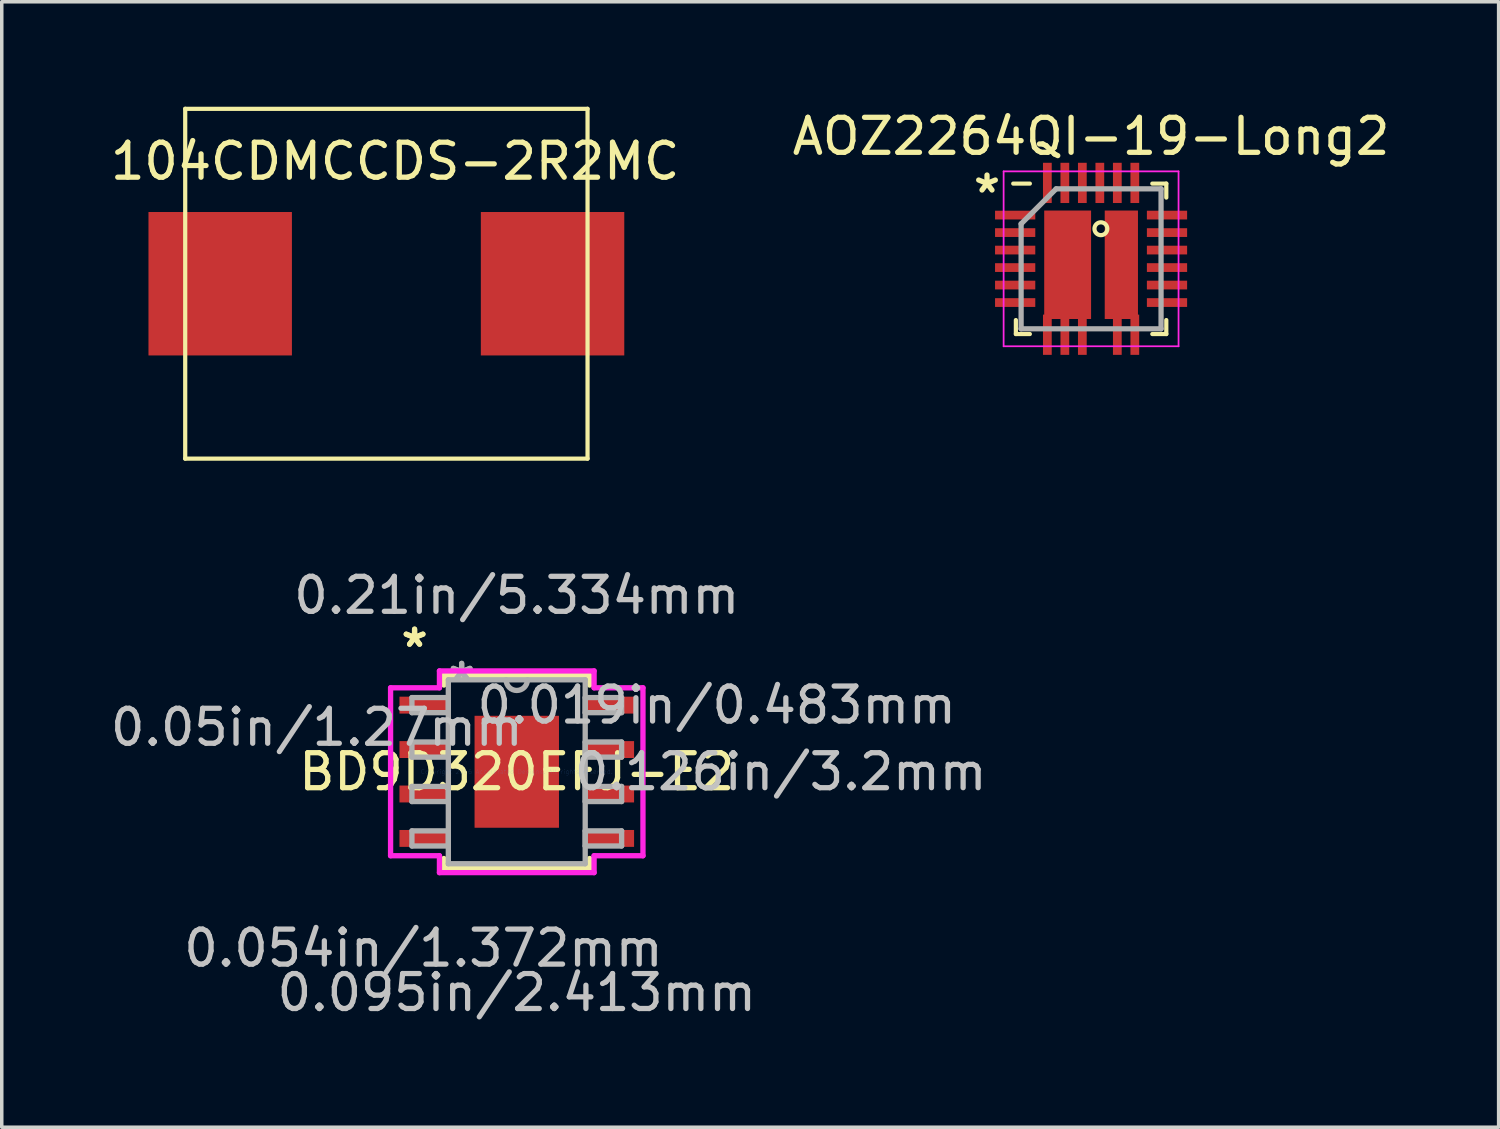
<source format=kicad_pcb>
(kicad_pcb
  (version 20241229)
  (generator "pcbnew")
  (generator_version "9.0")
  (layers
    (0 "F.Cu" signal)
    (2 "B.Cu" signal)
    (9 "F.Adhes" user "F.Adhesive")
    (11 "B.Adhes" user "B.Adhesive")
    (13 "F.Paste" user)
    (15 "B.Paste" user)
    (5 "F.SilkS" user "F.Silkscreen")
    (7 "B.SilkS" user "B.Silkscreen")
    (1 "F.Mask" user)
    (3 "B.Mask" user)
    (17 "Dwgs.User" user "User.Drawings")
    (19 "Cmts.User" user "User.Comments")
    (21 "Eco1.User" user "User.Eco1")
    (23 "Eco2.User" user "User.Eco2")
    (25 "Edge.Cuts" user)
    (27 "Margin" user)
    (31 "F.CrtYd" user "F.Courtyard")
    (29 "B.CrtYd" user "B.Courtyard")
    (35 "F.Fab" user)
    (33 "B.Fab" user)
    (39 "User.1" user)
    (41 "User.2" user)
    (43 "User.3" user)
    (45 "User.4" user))
  (footprint "104CDMCCDS-2R2MC"
    (layer "F.Cu")
    (at 7.994 5.06)
    (property "Reference" "104CDMCCDS-2R2MC" (at 0.25 -3.5 0) (layer "F.SilkS") (effects (font (size 1 1) (thickness 0.15))))
    (attr through_hole)
    (fp_line (start -5.75 -5) (end 5.75 -5) (stroke (width 0.12) (type solid)) (layer "F.SilkS"))
    (fp_line (start -5.75 5) (end -5.75 -5) (stroke (width 0.12) (type solid)) (layer "F.SilkS"))
    (fp_line (start 5.75 -5) (end 5.75 5) (stroke (width 0.12) (type solid)) (layer "F.SilkS"))
    (fp_line (start 5.75 5) (end -5.75 5) (stroke (width 0.12) (type solid)) (layer "F.SilkS"))
    (pad "1" smd rect (at -4.75 0) (size 4.1 4.1) (layers "F.Cu" "F.Mask" "F.Paste"))
    (pad "2" smd rect (at 4.75 0) (size 4.1 4.1) (layers "F.Cu" "F.Mask" "F.Paste")))
  (footprint "AOZ2264QI-19-Long2"
    (layer "F.Cu")
    (at 28.137 4.348)
    (property "Reference" "AOZ2264QI-19-Long2" (at 0 -3.5 0) (layer "F.SilkS") (effects (font (size 1 1) (thickness 0.15))))
    (attr smd)
    (fp_poly (pts (xy 0 1.72) (xy -1.34 1.72) (xy -1.34 -1.38) (xy 0 -1.38)) (stroke (width 0) (type solid)) (fill yes) (layer "F.Cu"))
    (fp_poly (pts (xy 1.34 1.72) (xy 0.39 1.72) (xy 0.39 -1.38) (xy 1.34 -1.38)) (stroke (width 0) (type solid)) (fill yes) (layer "F.Cu"))
    (fp_poly (pts (xy 0.01 1.72) (xy -1.33 1.72) (xy -1.33 -1.38) (xy 0.01 -1.38)) (stroke (width 0) (type solid)) (fill yes) (layer "F.Mask"))
    (fp_poly (pts (xy 1.3 1.72) (xy 0.39 1.72) (xy 0.39 -1.38) (xy 1.3 -1.38)) (stroke (width 0) (type solid)) (fill yes) (layer "F.Mask"))
    (fp_line (start -2.15 2.15) (end -2.15 1.75) (stroke (width 0.12) (type solid)) (layer "F.SilkS"))
    (fp_line (start -1.75 -2.15) (end -2.225 -2.15) (stroke (width 0.12) (type solid)) (layer "F.SilkS"))
    (fp_line (start -1.75 2.15) (end -2.15 2.15) (stroke (width 0.12) (type solid)) (layer "F.SilkS"))
    (fp_line (start 1.75 -2.15) (end 2.15 -2.15) (stroke (width 0.12) (type solid)) (layer "F.SilkS"))
    (fp_line (start 1.75 2.15) (end 2.15 2.15) (stroke (width 0.12) (type solid)) (layer "F.SilkS"))
    (fp_line (start 2.15 -2.15) (end 2.15 -1.75) (stroke (width 0.12) (type solid)) (layer "F.SilkS"))
    (fp_line (start 2.15 2.15) (end 2.15 1.75) (stroke (width 0.12) (type solid)) (layer "F.SilkS"))
    (fp_circle (center 0.28 -0.86) (end 0.11 -0.93) (stroke (width 0.12) (type solid)) (fill no) (layer "F.SilkS"))
    (fp_poly (pts (xy -0.56 -0.48) (xy -0.81 -0.48) (xy -0.81 -0.73) (xy -0.56 -0.73)) (stroke (width 0) (type solid)) (fill yes) (layer "F.Paste"))
    (fp_poly (pts (xy -0.56 0.02) (xy -0.81 0.02) (xy -0.81 -0.23) (xy -0.56 -0.23)) (stroke (width 0) (type solid)) (fill yes) (layer "F.Paste"))
    (fp_poly (pts (xy -0.56 0.52) (xy -0.81 0.52) (xy -0.81 0.27) (xy -0.56 0.27)) (stroke (width 0) (type solid)) (fill yes) (layer "F.Paste"))
    (fp_poly (pts (xy -0.56 1.02) (xy -0.81 1.02) (xy -0.81 0.77) (xy -0.56 0.77)) (stroke (width 0) (type solid)) (fill yes) (layer "F.Paste"))
    (fp_poly (pts (xy 0.98 -0.48) (xy 0.73 -0.48) (xy 0.73 -0.73) (xy 0.98 -0.73)) (stroke (width 0) (type solid)) (fill yes) (layer "F.Paste"))
    (fp_poly (pts (xy 0.98 0.02) (xy 0.73 0.02) (xy 0.73 -0.23) (xy 0.98 -0.23)) (stroke (width 0) (type solid)) (fill yes) (layer "F.Paste"))
    (fp_poly (pts (xy 0.98 0.52) (xy 0.73 0.52) (xy 0.73 0.27) (xy 0.98 0.27)) (stroke (width 0) (type solid)) (fill yes) (layer "F.Paste"))
    (fp_poly (pts (xy 0.98 1.02) (xy 0.73 1.02) (xy 0.73 0.77) (xy 0.98 0.77)) (stroke (width 0) (type solid)) (fill yes) (layer "F.Paste"))
    (fp_line (start -2.5 -2.5) (end 2.5 -2.5) (stroke (width 0.05) (type solid)) (layer "F.CrtYd"))
    (fp_line (start -2.5 2.5) (end -2.5 -2.5) (stroke (width 0.05) (type solid)) (layer "F.CrtYd"))
    (fp_line (start 2.5 -2.5) (end 2.5 2.5) (stroke (width 0.05) (type solid)) (layer "F.CrtYd"))
    (fp_line (start 2.5 2.5) (end -2.5 2.5) (stroke (width 0.05) (type solid)) (layer "F.CrtYd"))
    (fp_line (start -2 -1) (end -2 2) (stroke (width 0.15) (type solid)) (layer "F.Fab"))
    (fp_line (start -2 2) (end 2 2) (stroke (width 0.15) (type solid)) (layer "F.Fab"))
    (fp_line (start -1 -2) (end -2 -1) (stroke (width 0.15) (type solid)) (layer "F.Fab"))
    (fp_line (start 2 -2) (end -1 -2) (stroke (width 0.15) (type solid)) (layer "F.Fab"))
    (fp_line (start 2 2) (end 2 -2) (stroke (width 0.15) (type solid)) (layer "F.Fab"))
    (fp_text user "*" (at -2.975 -1.85 0) (layer "F.SilkS") (effects (font (size 1 1) (thickness 0.15))))
    (pad "1" smd rect (at -2.17 -1.25 90) (size 0.25 1.15) (layers "F.Cu" "F.Mask" "F.Paste"))
    (pad "2" smd rect (at -2.17 -0.75 90) (size 0.25 1.15) (layers "F.Cu" "F.Mask" "F.Paste"))
    (pad "3" smd rect (at -2.17 -0.25 90) (size 0.25 1.15) (layers "F.Cu" "F.Mask" "F.Paste"))
    (pad "4" smd rect (at -2.17 0.25 90) (size 0.25 1.15) (layers "F.Cu" "F.Mask" "F.Paste"))
    (pad "5" smd rect (at -2.17 0.75 90) (size 0.25 1.15) (layers "F.Cu" "F.Mask" "F.Paste"))
    (pad "6" smd rect (at -2.17 1.25 90) (size 0.25 1.15) (layers "F.Cu" "F.Mask" "F.Paste"))
    (pad "7" smd rect (at -1.25 2.17) (size 0.25 1.15) (layers "F.Cu" "F.Mask" "F.Paste"))
    (pad "8" smd rect (at -0.75 2.17) (size 0.25 1.15) (layers "F.Cu" "F.Mask" "F.Paste"))
    (pad "9" smd rect (at -0.25 2.17) (size 0.25 1.15) (layers "F.Cu" "F.Mask" "F.Paste"))
    (pad "10" smd rect (at 0.75 2.17) (size 0.25 1.15) (layers "F.Cu" "F.Mask" "F.Paste"))
    (pad "11" smd rect (at 1.25 2.17) (size 0.25 1.15) (layers "F.Cu" "F.Mask" "F.Paste"))
    (pad "12" smd rect (at 2.17 1.25 90) (size 0.25 1.15) (layers "F.Cu" "F.Mask" "F.Paste"))
    (pad "13" smd rect (at 2.17 0.75 90) (size 0.25 1.15) (layers "F.Cu" "F.Mask" "F.Paste"))
    (pad "14" smd rect (at 2.17 0.25 90) (size 0.25 1.15) (layers "F.Cu" "F.Mask" "F.Paste"))
    (pad "15" smd rect (at 2.17 -0.25 90) (size 0.25 1.15) (layers "F.Cu" "F.Mask" "F.Paste"))
    (pad "16" smd rect (at 2.17 -0.75 90) (size 0.25 1.15) (layers "F.Cu" "F.Mask" "F.Paste"))
    (pad "17" smd rect (at 2.17 -1.25 90) (size 0.25 1.15) (layers "F.Cu" "F.Mask" "F.Paste"))
    (pad "18" smd rect (at 1.25 -2.17) (size 0.25 1.15) (layers "F.Cu" "F.Mask" "F.Paste"))
    (pad "19" smd rect (at 0.75 -2.17) (size 0.25 1.15) (layers "F.Cu" "F.Mask" "F.Paste"))
    (pad "20" smd rect (at 0.25 -2.17) (size 0.25 1.15) (layers "F.Cu" "F.Mask" "F.Paste"))
    (pad "21" smd rect (at -0.25 -2.17) (size 0.25 1.15) (layers "F.Cu" "F.Mask" "F.Paste"))
    (pad "22" smd rect (at -0.75 -2.17) (size 0.25 1.15) (layers "F.Cu" "F.Mask" "F.Paste"))
    (pad "23" smd rect (at -1.25 -2.17) (size 0.25 1.15) (layers "F.Cu" "F.Mask" "F.Paste")))
  (footprint "BD9D320EFJ-E2"
    (layer "F.Cu")
    (at 11.721 19.01)
    (property "Reference" "BD9D320EFJ-E2" (at 0 0 0) (layer "F.SilkS") (effects (font (size 1 1) (thickness 0.15))))
    (attr through_hole)
    (fp_line (start -2.083 -2.756) (end -2.083 -2.479) (stroke (width 0.152) (type solid)) (layer "F.SilkS"))
    (fp_line (start -2.083 2.479) (end -2.083 2.756) (stroke (width 0.152) (type solid)) (layer "F.SilkS"))
    (fp_line (start -2.083 2.756) (end 2.083 2.756) (stroke (width 0.152) (type solid)) (layer "F.SilkS"))
    (fp_line (start 2.083 -2.756) (end -2.083 -2.756) (stroke (width 0.152) (type solid)) (layer "F.SilkS"))
    (fp_line (start 2.083 -2.479) (end 2.083 -2.756) (stroke (width 0.152) (type solid)) (layer "F.SilkS"))
    (fp_line (start 2.083 2.756) (end 2.083 2.479) (stroke (width 0.152) (type solid)) (layer "F.SilkS"))
    (fp_line (start -1.107 -1.5) (end -1.107 -0.1) (stroke (width 0.152) (type solid)) (layer "F.Paste"))
    (fp_line (start -1.107 -0.1) (end 1.107 -0.1) (stroke (width 0.152) (type solid)) (layer "F.Paste"))
    (fp_line (start -1.107 0.1) (end -1.107 1.5) (stroke (width 0.152) (type solid)) (layer "F.Paste"))
    (fp_line (start -1.107 1.5) (end 1.107 1.5) (stroke (width 0.152) (type solid)) (layer "F.Paste"))
    (fp_line (start 1.107 -1.5) (end -1.107 -1.5) (stroke (width 0.152) (type solid)) (layer "F.Paste"))
    (fp_line (start 1.107 -0.1) (end 1.107 -1.5) (stroke (width 0.152) (type solid)) (layer "F.Paste"))
    (fp_line (start 1.107 0.1) (end -1.107 0.1) (stroke (width 0.152) (type solid)) (layer "F.Paste"))
    (fp_line (start 1.107 1.5) (end 1.107 0.1) (stroke (width 0.152) (type solid)) (layer "F.Paste"))
    (fp_line (start -3.607 -2.4) (end -2.21 -2.4) (stroke (width 0.152) (type solid)) (layer "F.CrtYd"))
    (fp_line (start -3.607 2.4) (end -3.607 -2.4) (stroke (width 0.152) (type solid)) (layer "F.CrtYd"))
    (fp_line (start -2.21 -2.883) (end 2.21 -2.883) (stroke (width 0.152) (type solid)) (layer "F.CrtYd"))
    (fp_line (start -2.21 -2.4) (end -2.21 -2.883) (stroke (width 0.152) (type solid)) (layer "F.CrtYd"))
    (fp_line (start -2.21 2.4) (end -3.607 2.4) (stroke (width 0.152) (type solid)) (layer "F.CrtYd"))
    (fp_line (start -2.21 2.883) (end -2.21 2.4) (stroke (width 0.152) (type solid)) (layer "F.CrtYd"))
    (fp_line (start 2.21 -2.883) (end 2.21 -2.4) (stroke (width 0.152) (type solid)) (layer "F.CrtYd"))
    (fp_line (start 2.21 -2.4) (end 3.607 -2.4) (stroke (width 0.152) (type solid)) (layer "F.CrtYd"))
    (fp_line (start 2.21 2.4) (end 2.21 2.883) (stroke (width 0.152) (type solid)) (layer "F.CrtYd"))
    (fp_line (start 2.21 2.883) (end -2.21 2.883) (stroke (width 0.152) (type solid)) (layer "F.CrtYd"))
    (fp_line (start 3.607 -2.4) (end 3.607 2.4) (stroke (width 0.152) (type solid)) (layer "F.CrtYd"))
    (fp_line (start 3.607 2.4) (end 2.21 2.4) (stroke (width 0.152) (type solid)) (layer "F.CrtYd"))
    (fp_line (start -2.997 -2.121) (end -2.997 -1.689) (stroke (width 0.152) (type solid)) (layer "F.Fab"))
    (fp_line (start -2.997 -1.689) (end -1.956 -1.689) (stroke (width 0.152) (type solid)) (layer "F.Fab"))
    (fp_line (start -2.997 -0.851) (end -2.997 -0.419) (stroke (width 0.152) (type solid)) (layer "F.Fab"))
    (fp_line (start -2.997 -0.419) (end -1.956 -0.419) (stroke (width 0.152) (type solid)) (layer "F.Fab"))
    (fp_line (start -2.997 0.419) (end -2.997 0.851) (stroke (width 0.152) (type solid)) (layer "F.Fab"))
    (fp_line (start -2.997 0.851) (end -1.956 0.851) (stroke (width 0.152) (type solid)) (layer "F.Fab"))
    (fp_line (start -2.997 1.689) (end -2.997 2.121) (stroke (width 0.152) (type solid)) (layer "F.Fab"))
    (fp_line (start -2.997 2.121) (end -1.956 2.121) (stroke (width 0.152) (type solid)) (layer "F.Fab"))
    (fp_line (start -1.956 -2.629) (end -1.956 2.629) (stroke (width 0.152) (type solid)) (layer "F.Fab"))
    (fp_line (start -1.956 -2.121) (end -2.997 -2.121) (stroke (width 0.152) (type solid)) (layer "F.Fab"))
    (fp_line (start -1.956 -1.689) (end -1.956 -2.121) (stroke (width 0.152) (type solid)) (layer "F.Fab"))
    (fp_line (start -1.956 -0.851) (end -2.997 -0.851) (stroke (width 0.152) (type solid)) (layer "F.Fab"))
    (fp_line (start -1.956 -0.419) (end -1.956 -0.851) (stroke (width 0.152) (type solid)) (layer "F.Fab"))
    (fp_line (start -1.956 0.419) (end -2.997 0.419) (stroke (width 0.152) (type solid)) (layer "F.Fab"))
    (fp_line (start -1.956 0.851) (end -1.956 0.419) (stroke (width 0.152) (type solid)) (layer "F.Fab"))
    (fp_line (start -1.956 1.689) (end -2.997 1.689) (stroke (width 0.152) (type solid)) (layer "F.Fab"))
    (fp_line (start -1.956 2.121) (end -1.956 1.689) (stroke (width 0.152) (type solid)) (layer "F.Fab"))
    (fp_line (start -1.956 2.629) (end 1.956 2.629) (stroke (width 0.152) (type solid)) (layer "F.Fab"))
    (fp_line (start 1.956 -2.629) (end -1.956 -2.629) (stroke (width 0.152) (type solid)) (layer "F.Fab"))
    (fp_line (start 1.956 -2.121) (end 1.956 -1.689) (stroke (width 0.152) (type solid)) (layer "F.Fab"))
    (fp_line (start 1.956 -1.689) (end 2.997 -1.689) (stroke (width 0.152) (type solid)) (layer "F.Fab"))
    (fp_line (start 1.956 -0.851) (end 1.956 -0.419) (stroke (width 0.152) (type solid)) (layer "F.Fab"))
    (fp_line (start 1.956 -0.419) (end 2.997 -0.419) (stroke (width 0.152) (type solid)) (layer "F.Fab"))
    (fp_line (start 1.956 0.419) (end 1.956 0.851) (stroke (width 0.152) (type solid)) (layer "F.Fab"))
    (fp_line (start 1.956 0.851) (end 2.997 0.851) (stroke (width 0.152) (type solid)) (layer "F.Fab"))
    (fp_line (start 1.956 1.689) (end 1.956 2.121) (stroke (width 0.152) (type solid)) (layer "F.Fab"))
    (fp_line (start 1.956 2.121) (end 2.997 2.121) (stroke (width 0.152) (type solid)) (layer "F.Fab"))
    (fp_line (start 1.956 2.629) (end 1.956 -2.629) (stroke (width 0.152) (type solid)) (layer "F.Fab"))
    (fp_line (start 2.997 -2.121) (end 1.956 -2.121) (stroke (width 0.152) (type solid)) (layer "F.Fab"))
    (fp_line (start 2.997 -1.689) (end 2.997 -2.121) (stroke (width 0.152) (type solid)) (layer "F.Fab"))
    (fp_line (start 2.997 -0.851) (end 1.956 -0.851) (stroke (width 0.152) (type solid)) (layer "F.Fab"))
    (fp_line (start 2.997 -0.419) (end 2.997 -0.851) (stroke (width 0.152) (type solid)) (layer "F.Fab"))
    (fp_line (start 2.997 0.419) (end 1.956 0.419) (stroke (width 0.152) (type solid)) (layer "F.Fab"))
    (fp_line (start 2.997 0.851) (end 2.997 0.419) (stroke (width 0.152) (type solid)) (layer "F.Fab"))
    (fp_line (start 2.997 1.689) (end 1.956 1.689) (stroke (width 0.152) (type solid)) (layer "F.Fab"))
    (fp_line (start 2.997 2.121) (end 2.997 1.689) (stroke (width 0.152) (type solid)) (layer "F.Fab"))
    (fp_arc (start 0.3048 -2.6289) (mid 0 -2.3241) (end -0.3048 -2.6289) (stroke (width 0.1524) (type solid)) (layer "F.Fab"))
    (fp_text user "*" (at -2.921 -3.531 0) (layer "F.SilkS") (effects (font (size 1 1) (thickness 0.15))))
    (fp_text user "*" (at -2.921 -3.531 0) (layer "F.SilkS") (effects (font (size 1 1) (thickness 0.15))))
    (fp_text user "0.126in/3.2mm" (at 7.544 0 0) (layer "Dwgs.User") (effects (font (size 1 1) (thickness 0.15))))
    (fp_text user "0.054in/1.372mm" (at -2.667 5.042 0) (layer "Dwgs.User") (effects (font (size 1 1) (thickness 0.15))))
    (fp_text user "0.019in/0.483mm" (at 5.715 -1.905 0) (layer "Dwgs.User") (effects (font (size 1 1) (thickness 0.15))))
    (fp_text user "0.095in/2.413mm" (at 0 6.312 0) (layer "Dwgs.User") (effects (font (size 1 1) (thickness 0.15))))
    (fp_text user "0.05in/1.27mm" (at -5.715 -1.27 0) (layer "Dwgs.User") (effects (font (size 1 1) (thickness 0.15))))
    (fp_text user "0.21in/5.334mm" (at 0 -5.042 0) (layer "Dwgs.User") (effects (font (size 1 1) (thickness 0.15))))
    (fp_text user "Copyright 2016 Accelerated Designs. All rights reserved." (at 0 0 0) (layer "Cmts.User") (effects (font (size 0.127 0.127) (thickness 0.002))))
    (fp_text user "*" (at -1.575 -2.553 0) (layer "F.Fab") (effects (font (size 1 1) (thickness 0.15))))
    (fp_text user "*" (at -1.575 -2.553 0) (layer "F.Fab") (effects (font (size 1 1) (thickness 0.15))))
    (pad "1" smd rect (at -2.667 -1.905) (size 1.372 0.483) (layers "F.Cu" "F.Mask" "F.Paste"))
    (pad "2" smd rect (at -2.667 -0.635) (size 1.372 0.483) (layers "F.Cu" "F.Mask" "F.Paste"))
    (pad "3" smd rect (at -2.667 0.635) (size 1.372 0.483) (layers "F.Cu" "F.Mask" "F.Paste"))
    (pad "4" smd rect (at -2.667 1.905) (size 1.372 0.483) (layers "F.Cu" "F.Mask" "F.Paste"))
    (pad "5" smd rect (at 2.667 1.905) (size 1.372 0.483) (layers "F.Cu" "F.Mask" "F.Paste"))
    (pad "6" smd rect (at 2.667 0.635) (size 1.372 0.483) (layers "F.Cu" "F.Mask" "F.Paste"))
    (pad "7" smd rect (at 2.667 -0.635) (size 1.372 0.483) (layers "F.Cu" "F.Mask" "F.Paste"))
    (pad "8" smd rect (at 2.667 -1.905) (size 1.372 0.483) (layers "F.Cu" "F.Mask" "F.Paste"))
    (pad "EPAD" smd rect (at 0 0) (size 2.413 3.2) (layers "F.Cu" "F.Mask" "F.Paste")))
  (gr_rect
    (start -3 -3)
    (end 39.786 29.17)
    (stroke (width 0.1) (type default))
    (fill no)
    (layer "Edge.Cuts")))
</source>
